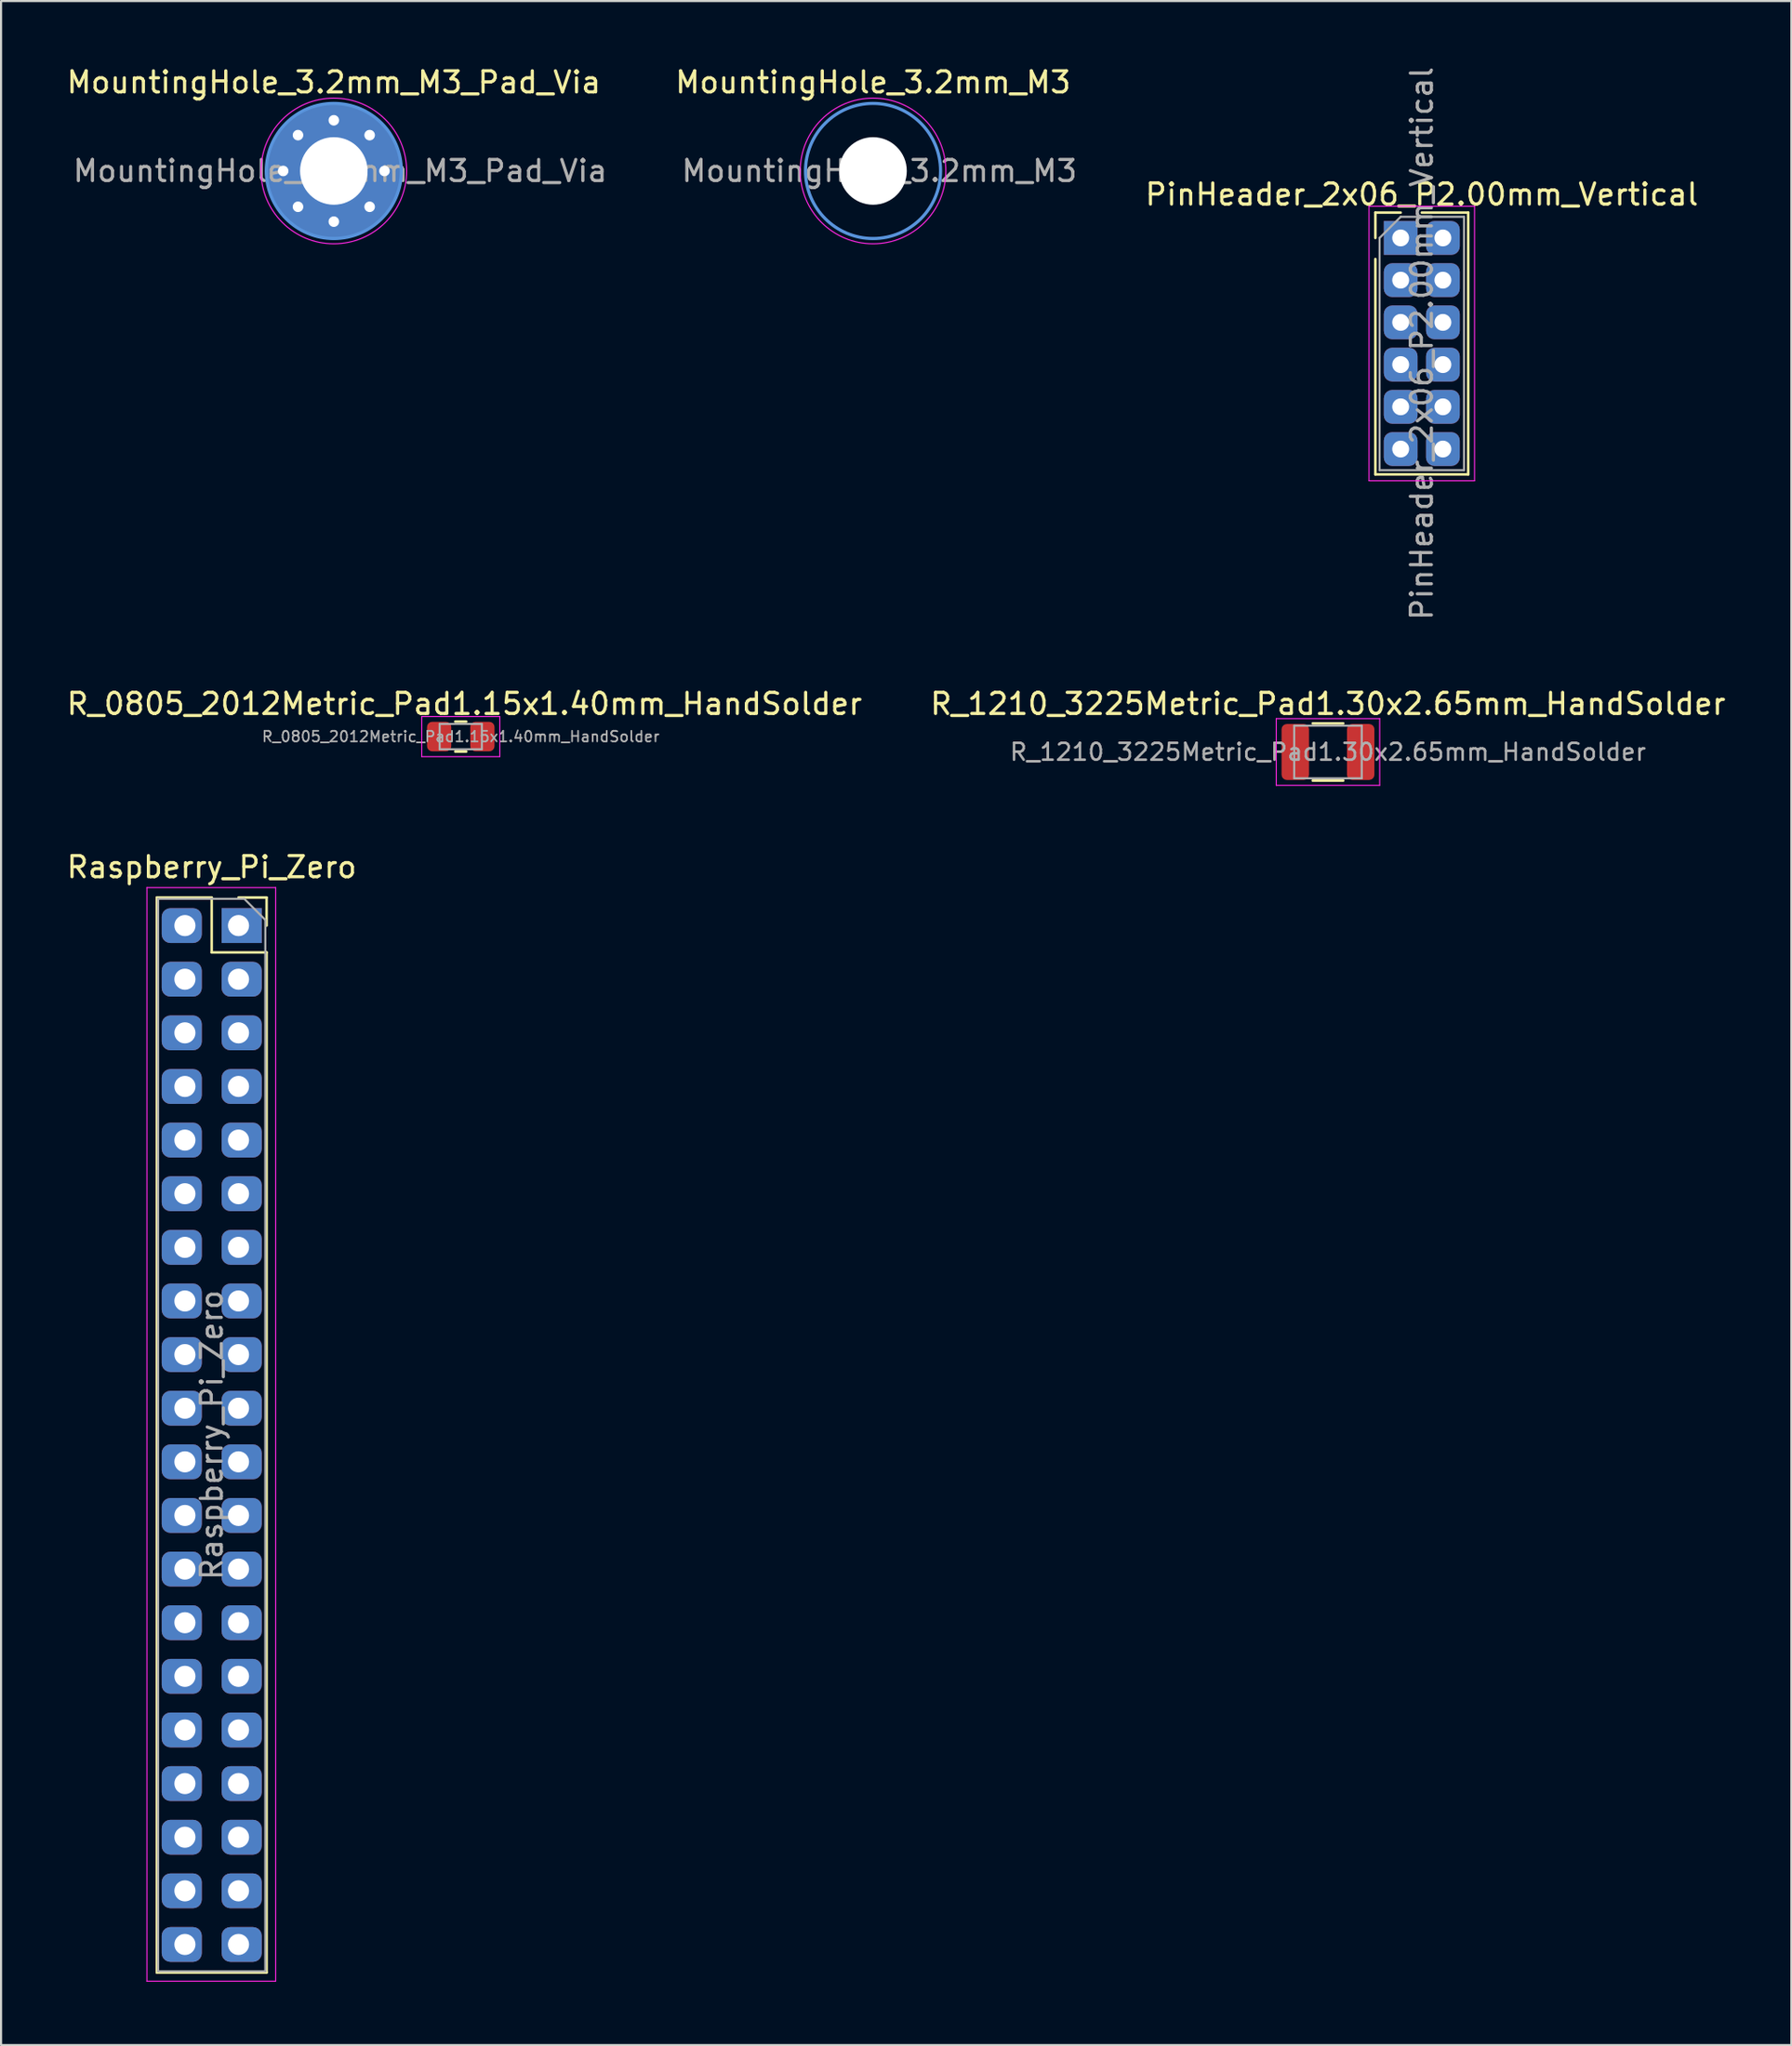
<source format=kicad_pcb>
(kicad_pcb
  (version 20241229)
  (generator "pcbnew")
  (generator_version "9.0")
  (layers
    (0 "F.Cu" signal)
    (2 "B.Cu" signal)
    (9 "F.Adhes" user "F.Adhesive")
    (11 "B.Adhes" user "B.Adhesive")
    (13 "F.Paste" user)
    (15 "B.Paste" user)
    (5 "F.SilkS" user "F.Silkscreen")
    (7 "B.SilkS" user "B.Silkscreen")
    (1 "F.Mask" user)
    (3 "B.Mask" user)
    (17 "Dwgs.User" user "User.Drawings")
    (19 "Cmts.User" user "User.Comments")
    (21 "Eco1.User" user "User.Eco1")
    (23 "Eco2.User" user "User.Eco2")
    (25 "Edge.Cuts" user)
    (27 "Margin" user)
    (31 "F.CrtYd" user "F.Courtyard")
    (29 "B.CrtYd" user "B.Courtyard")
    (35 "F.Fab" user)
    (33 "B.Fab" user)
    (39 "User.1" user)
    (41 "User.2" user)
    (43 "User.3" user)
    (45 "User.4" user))
  (footprint "Raspberry_Pi_Zero"
    (layer "F.Cu")
    (at 8.252 40.792)
    (property "Reference" "Raspberry_Pi_Zero" (at -1.27 -2.77 0) (layer "F.SilkS") (effects (font (size 1 1) (thickness 0.15))))
    (attr through_hole)
    (fp_line (start -3.87 -1.33) (end -3.87 49.59) (stroke (width 0.12) (type solid)) (layer "F.SilkS"))
    (fp_line (start -3.87 -1.33) (end -1.27 -1.33) (stroke (width 0.12) (type solid)) (layer "F.SilkS"))
    (fp_line (start -3.87 49.59) (end 1.33 49.59) (stroke (width 0.12) (type solid)) (layer "F.SilkS"))
    (fp_line (start -1.27 -1.33) (end -1.27 1.27) (stroke (width 0.12) (type solid)) (layer "F.SilkS"))
    (fp_line (start -1.27 1.27) (end 1.33 1.27) (stroke (width 0.12) (type solid)) (layer "F.SilkS"))
    (fp_line (start 0 -1.33) (end 1.33 -1.33) (stroke (width 0.12) (type solid)) (layer "F.SilkS"))
    (fp_line (start 1.33 -1.33) (end 1.33 0) (stroke (width 0.12) (type solid)) (layer "F.SilkS"))
    (fp_line (start 1.33 1.27) (end 1.33 49.59) (stroke (width 0.12) (type solid)) (layer "F.SilkS"))
    (fp_line (start -4.34 -1.8) (end 1.76 -1.8) (stroke (width 0.05) (type solid)) (layer "F.CrtYd"))
    (fp_line (start -4.34 50) (end -4.34 -1.8) (stroke (width 0.05) (type solid)) (layer "F.CrtYd"))
    (fp_line (start 1.76 -1.8) (end 1.76 50) (stroke (width 0.05) (type solid)) (layer "F.CrtYd"))
    (fp_line (start 1.76 50) (end -4.34 50) (stroke (width 0.05) (type solid)) (layer "F.CrtYd"))
    (fp_line (start -3.81 -1.27) (end 0.27 -1.27) (stroke (width 0.1) (type solid)) (layer "F.Fab"))
    (fp_line (start -3.81 49.53) (end -3.81 -1.27) (stroke (width 0.1) (type solid)) (layer "F.Fab"))
    (fp_line (start 0.27 -1.27) (end 1.27 -0.27) (stroke (width 0.1) (type solid)) (layer "F.Fab"))
    (fp_line (start 1.27 -0.27) (end 1.27 49.53) (stroke (width 0.1) (type solid)) (layer "F.Fab"))
    (fp_line (start 1.27 49.53) (end -3.81 49.53) (stroke (width 0.1) (type solid)) (layer "F.Fab"))
    (fp_text user "${REFERENCE}" (at -1.27 24.13 90) (layer "F.Fab") (effects (font (size 1 1) (thickness 0.15))))
    (pad "1" thru_hole rect (at 0 0) (size 1.9 1.65) (drill 1 (offset 0.15 0)) (layers "*.Cu" "*.Mask"))
    (pad "2" thru_hole roundrect (at -2.54 0) (size 1.9 1.65) (drill 1 (offset -0.15 0)) (layers "*.Cu" "*.Mask") (roundrect_rratio 0.25))
    (pad "3" thru_hole roundrect (at 0 2.54) (size 1.9 1.65) (drill 1 (offset 0.15 0)) (layers "*.Cu" "*.Mask") (roundrect_rratio 0.25))
    (pad "4" thru_hole roundrect (at -2.54 2.54) (size 1.9 1.65) (drill 1 (offset -0.15 0)) (layers "*.Cu" "*.Mask") (roundrect_rratio 0.25))
    (pad "5" thru_hole roundrect (at 0 5.08) (size 1.9 1.65) (drill 1 (offset 0.15 0)) (layers "*.Cu" "*.Mask") (roundrect_rratio 0.25))
    (pad "6" thru_hole roundrect (at -2.54 5.08) (size 1.9 1.65) (drill 1 (offset -0.15 0)) (layers "*.Cu" "*.Mask") (roundrect_rratio 0.25))
    (pad "7" thru_hole roundrect (at 0 7.62) (size 1.9 1.65) (drill 1 (offset 0.15 0)) (layers "*.Cu" "*.Mask") (roundrect_rratio 0.25))
    (pad "8" thru_hole roundrect (at -2.54 7.62) (size 1.9 1.65) (drill 1 (offset -0.15 0)) (layers "*.Cu" "*.Mask") (roundrect_rratio 0.25))
    (pad "9" thru_hole roundrect (at 0 10.16) (size 1.9 1.65) (drill 1 (offset 0.15 0)) (layers "*.Cu" "*.Mask") (roundrect_rratio 0.25))
    (pad "10" thru_hole roundrect (at -2.54 10.16) (size 1.9 1.65) (drill 1 (offset -0.15 0)) (layers "*.Cu" "*.Mask") (roundrect_rratio 0.25))
    (pad "11" thru_hole roundrect (at 0 12.7) (size 1.9 1.65) (drill 1 (offset 0.15 0)) (layers "*.Cu" "*.Mask") (roundrect_rratio 0.25))
    (pad "12" thru_hole roundrect (at -2.54 12.7) (size 1.9 1.65) (drill 1 (offset -0.15 0)) (layers "*.Cu" "*.Mask") (roundrect_rratio 0.25))
    (pad "13" thru_hole roundrect (at 0 15.24) (size 1.9 1.65) (drill 1 (offset 0.15 0)) (layers "*.Cu" "*.Mask") (roundrect_rratio 0.25))
    (pad "14" thru_hole roundrect (at -2.54 15.24) (size 1.9 1.65) (drill 1 (offset -0.15 0)) (layers "*.Cu" "*.Mask") (roundrect_rratio 0.25))
    (pad "15" thru_hole roundrect (at 0 17.78) (size 1.9 1.65) (drill 1 (offset 0.15 0)) (layers "*.Cu" "*.Mask") (roundrect_rratio 0.25))
    (pad "16" thru_hole roundrect (at -2.54 17.78) (size 1.9 1.65) (drill 1 (offset -0.15 0)) (layers "*.Cu" "*.Mask") (roundrect_rratio 0.25))
    (pad "17" thru_hole roundrect (at 0 20.32) (size 1.9 1.65) (drill 1 (offset 0.15 0)) (layers "*.Cu" "*.Mask") (roundrect_rratio 0.25))
    (pad "18" thru_hole roundrect (at -2.54 20.32) (size 1.9 1.65) (drill 1 (offset -0.15 0)) (layers "*.Cu" "*.Mask") (roundrect_rratio 0.25))
    (pad "19" thru_hole roundrect (at 0 22.86) (size 1.9 1.65) (drill 1 (offset 0.15 0)) (layers "*.Cu" "*.Mask") (roundrect_rratio 0.25))
    (pad "20" thru_hole roundrect (at -2.54 22.86) (size 1.9 1.65) (drill 1 (offset -0.15 0)) (layers "*.Cu" "*.Mask") (roundrect_rratio 0.25))
    (pad "21" thru_hole roundrect (at 0 25.4) (size 1.9 1.65) (drill 1 (offset 0.15 0)) (layers "*.Cu" "*.Mask") (roundrect_rratio 0.25))
    (pad "22" thru_hole roundrect (at -2.54 25.4) (size 1.9 1.65) (drill 1 (offset -0.15 0)) (layers "*.Cu" "*.Mask") (roundrect_rratio 0.25))
    (pad "23" thru_hole roundrect (at 0 27.94) (size 1.9 1.65) (drill 1 (offset 0.15 0)) (layers "*.Cu" "*.Mask") (roundrect_rratio 0.25))
    (pad "24" thru_hole roundrect (at -2.54 27.94) (size 1.9 1.65) (drill 1 (offset -0.15 0)) (layers "*.Cu" "*.Mask") (roundrect_rratio 0.25))
    (pad "25" thru_hole roundrect (at 0 30.48) (size 1.9 1.65) (drill 1 (offset 0.15 0)) (layers "*.Cu" "*.Mask") (roundrect_rratio 0.25))
    (pad "26" thru_hole roundrect (at -2.54 30.48) (size 1.9 1.65) (drill 1 (offset -0.15 0)) (layers "*.Cu" "*.Mask") (roundrect_rratio 0.25))
    (pad "27" thru_hole roundrect (at 0 33.02) (size 1.9 1.65) (drill 1 (offset 0.15 0)) (layers "*.Cu" "*.Mask") (roundrect_rratio 0.25))
    (pad "28" thru_hole roundrect (at -2.54 33.02) (size 1.9 1.65) (drill 1 (offset -0.15 0)) (layers "*.Cu" "*.Mask") (roundrect_rratio 0.25))
    (pad "29" thru_hole roundrect (at 0 35.56) (size 1.9 1.65) (drill 1 (offset 0.15 0)) (layers "*.Cu" "*.Mask") (roundrect_rratio 0.25))
    (pad "30" thru_hole roundrect (at -2.54 35.56) (size 1.9 1.65) (drill 1 (offset -0.15 0)) (layers "*.Cu" "*.Mask") (roundrect_rratio 0.25))
    (pad "31" thru_hole roundrect (at 0 38.1) (size 1.9 1.65) (drill 1 (offset 0.15 0)) (layers "*.Cu" "*.Mask") (roundrect_rratio 0.25))
    (pad "32" thru_hole roundrect (at -2.54 38.1) (size 1.9 1.65) (drill 1 (offset -0.15 0)) (layers "*.Cu" "*.Mask") (roundrect_rratio 0.25))
    (pad "33" thru_hole roundrect (at 0 40.64) (size 1.9 1.65) (drill 1 (offset 0.15 0)) (layers "*.Cu" "*.Mask") (roundrect_rratio 0.25))
    (pad "34" thru_hole roundrect (at -2.54 40.64) (size 1.9 1.65) (drill 1 (offset -0.15 0)) (layers "*.Cu" "*.Mask") (roundrect_rratio 0.25))
    (pad "35" thru_hole roundrect (at 0 43.18) (size 1.9 1.65) (drill 1 (offset 0.15 0)) (layers "*.Cu" "*.Mask") (roundrect_rratio 0.25))
    (pad "36" thru_hole roundrect (at -2.54 43.18) (size 1.9 1.65) (drill 1 (offset -0.15 0)) (layers "*.Cu" "*.Mask") (roundrect_rratio 0.25))
    (pad "37" thru_hole roundrect (at 0 45.72) (size 1.9 1.65) (drill 1 (offset 0.15 0)) (layers "*.Cu" "*.Mask") (roundrect_rratio 0.25))
    (pad "38" thru_hole roundrect (at -2.54 45.72) (size 1.9 1.65) (drill 1 (offset -0.15 0)) (layers "*.Cu" "*.Mask") (roundrect_rratio 0.25))
    (pad "39" thru_hole roundrect (at 0 48.26) (size 1.9 1.65) (drill 1 (offset 0.15 0)) (layers "*.Cu" "*.Mask") (roundrect_rratio 0.25))
    (pad "40" thru_hole roundrect (at -2.54 48.26) (size 1.9 1.65) (drill 1 (offset -0.15 0)) (layers "*.Cu" "*.Mask") (roundrect_rratio 0.25)))
  (footprint "MountingHole_3.2mm_M3_Pad_Via"
    (layer "F.Cu")
    (at 12.768 5.048)
    (property "Reference" "MountingHole_3.2mm_M3_Pad_Via" (at 0 -4.2 0) (layer "F.SilkS") (effects (font (size 1 1) (thickness 0.15))))
    (attr exclude_from_pos_files exclude_from_bom)
    (fp_circle (center 0 0) (end 3.2 0) (stroke (width 0.15) (type solid)) (fill no) (layer "Cmts.User"))
    (fp_circle (center 0 0) (end 3.45 0) (stroke (width 0.05) (type solid)) (fill no) (layer "F.CrtYd"))
    (fp_text user "${REFERENCE}" (at 0.3 0 0) (layer "F.Fab") (effects (font (size 1 1) (thickness 0.15))))
    (pad "1" thru_hole circle (at -2.4 0) (size 0.8 0.8) (drill 0.5) (layers "*.Cu" "*.Mask"))
    (pad "1" thru_hole circle (at -1.697 -1.697) (size 0.8 0.8) (drill 0.5) (layers "*.Cu" "*.Mask"))
    (pad "1" thru_hole circle (at -1.697 1.697) (size 0.8 0.8) (drill 0.5) (layers "*.Cu" "*.Mask"))
    (pad "1" thru_hole circle (at 0 -2.4) (size 0.8 0.8) (drill 0.5) (layers "*.Cu" "*.Mask"))
    (pad "1" thru_hole circle (at 0 0) (size 6.4 6.4) (drill 3.2) (layers "*.Cu" "*.Mask"))
    (pad "1" thru_hole circle (at 0 2.4) (size 0.8 0.8) (drill 0.5) (layers "*.Cu" "*.Mask"))
    (pad "1" thru_hole circle (at 1.697 -1.697) (size 0.8 0.8) (drill 0.5) (layers "*.Cu" "*.Mask"))
    (pad "1" thru_hole circle (at 1.697 1.697) (size 0.8 0.8) (drill 0.5) (layers "*.Cu" "*.Mask"))
    (pad "1" thru_hole circle (at 2.4 0) (size 0.8 0.8) (drill 0.5) (layers "*.Cu" "*.Mask")))
  (footprint "R_1210_3225Metric_Pad1.30x2.65mm_HandSolder"
    (layer "F.Cu")
    (at 59.875 32.569)
    (property "Reference" "R_1210_3225Metric_Pad1.30x2.65mm_HandSolder" (at 0 -2.28 0) (layer "F.SilkS") (effects (font (size 1 1) (thickness 0.15))))
    (attr smd)
    (fp_line (start -0.724 -1.355) (end 0.724 -1.355) (stroke (width 0.12) (type solid)) (layer "F.SilkS"))
    (fp_line (start -0.724 1.355) (end 0.724 1.355) (stroke (width 0.12) (type solid)) (layer "F.SilkS"))
    (fp_line (start -2.45 -1.58) (end 2.45 -1.58) (stroke (width 0.05) (type solid)) (layer "F.CrtYd"))
    (fp_line (start -2.45 1.58) (end -2.45 -1.58) (stroke (width 0.05) (type solid)) (layer "F.CrtYd"))
    (fp_line (start 2.45 -1.58) (end 2.45 1.58) (stroke (width 0.05) (type solid)) (layer "F.CrtYd"))
    (fp_line (start 2.45 1.58) (end -2.45 1.58) (stroke (width 0.05) (type solid)) (layer "F.CrtYd"))
    (fp_line (start -1.6 -1.245) (end 1.6 -1.245) (stroke (width 0.1) (type solid)) (layer "F.Fab"))
    (fp_line (start -1.6 1.245) (end -1.6 -1.245) (stroke (width 0.1) (type solid)) (layer "F.Fab"))
    (fp_line (start 1.6 -1.245) (end 1.6 1.245) (stroke (width 0.1) (type solid)) (layer "F.Fab"))
    (fp_line (start 1.6 1.245) (end -1.6 1.245) (stroke (width 0.1) (type solid)) (layer "F.Fab"))
    (fp_text user "${REFERENCE}" (at 0 0 0) (layer "F.Fab") (effects (font (size 0.8 0.8) (thickness 0.12))))
    (pad "1" smd roundrect (at -1.55 0) (size 1.3 2.65) (layers "F.Cu" "F.Mask" "F.Paste") (roundrect_rratio 0.192))
    (pad "2" smd roundrect (at 1.55 0) (size 1.3 2.65) (layers "F.Cu" "F.Mask" "F.Paste") (roundrect_rratio 0.192)))
  (footprint "PinHeader_2x06_P2.00mm_Vertical"
    (layer "F.Cu")
    (at 63.32 8.22)
    (property "Reference" "PinHeader_2x06_P2.00mm_Vertical" (at 1 -2.06 0) (layer "F.SilkS") (effects (font (size 1 1) (thickness 0.15))))
    (attr through_hole)
    (fp_line (start -1.2 -1.2) (end 0 -1.2) (stroke (width 0.12) (type solid)) (layer "F.SilkS"))
    (fp_line (start -1.2 0) (end -1.2 -1.2) (stroke (width 0.12) (type solid)) (layer "F.SilkS"))
    (fp_line (start -1.2 1) (end -1.2 11.2) (stroke (width 0.12) (type solid)) (layer "F.SilkS"))
    (fp_line (start -1.2 11.2) (end 3.2 11.2) (stroke (width 0.12) (type solid)) (layer "F.SilkS"))
    (fp_line (start 1 -1.2) (end 3.2 -1.2) (stroke (width 0.12) (type solid)) (layer "F.SilkS"))
    (fp_line (start 3.2 -1.2) (end 3.2 11.2) (stroke (width 0.12) (type solid)) (layer "F.SilkS"))
    (fp_line (start -1.5 -1.5) (end -1.5 11.5) (stroke (width 0.05) (type solid)) (layer "F.CrtYd"))
    (fp_line (start -1.5 11.5) (end 3.5 11.5) (stroke (width 0.05) (type solid)) (layer "F.CrtYd"))
    (fp_line (start 3.5 -1.5) (end -1.5 -1.5) (stroke (width 0.05) (type solid)) (layer "F.CrtYd"))
    (fp_line (start 3.5 11.5) (end 3.5 -1.5) (stroke (width 0.05) (type solid)) (layer "F.CrtYd"))
    (fp_line (start -1 0) (end 0 -1) (stroke (width 0.1) (type solid)) (layer "F.Fab"))
    (fp_line (start -1 11) (end -1 0) (stroke (width 0.1) (type solid)) (layer "F.Fab"))
    (fp_line (start 0 -1) (end 3 -1) (stroke (width 0.1) (type solid)) (layer "F.Fab"))
    (fp_line (start 3 -1) (end 3 11) (stroke (width 0.1) (type solid)) (layer "F.Fab"))
    (fp_line (start 3 11) (end -1 11) (stroke (width 0.1) (type solid)) (layer "F.Fab"))
    (fp_text user "${REFERENCE}" (at 1 5 90) (layer "F.Fab") (effects (font (size 1 1) (thickness 0.15))))
    (pad "1" thru_hole rect (at 0 0) (size 1.6 1.6) (drill 0.8) (layers "*.Cu" "*.Mask"))
    (pad "2" thru_hole roundrect (at 2 0) (size 1.6 1.6) (drill 0.8) (layers "*.Cu" "*.Mask") (roundrect_rratio 0.25))
    (pad "3" thru_hole roundrect (at 0 2) (size 1.6 1.6) (drill 0.8) (layers "*.Cu" "*.Mask") (roundrect_rratio 0.25))
    (pad "4" thru_hole roundrect (at 2 2) (size 1.6 1.6) (drill 0.8) (layers "*.Cu" "*.Mask") (roundrect_rratio 0.25))
    (pad "5" thru_hole roundrect (at 0 4) (size 1.6 1.6) (drill 0.8) (layers "*.Cu" "*.Mask") (roundrect_rratio 0.25))
    (pad "6" thru_hole roundrect (at 2 4) (size 1.6 1.6) (drill 0.8) (layers "*.Cu" "*.Mask") (roundrect_rratio 0.25))
    (pad "7" thru_hole roundrect (at 0 6) (size 1.6 1.6) (drill 0.8) (layers "*.Cu" "*.Mask") (roundrect_rratio 0.25))
    (pad "8" thru_hole roundrect (at 2 6) (size 1.6 1.6) (drill 0.8) (layers "*.Cu" "*.Mask") (roundrect_rratio 0.25))
    (pad "9" thru_hole roundrect (at 0 8) (size 1.6 1.6) (drill 0.8) (layers "*.Cu" "*.Mask") (roundrect_rratio 0.25))
    (pad "10" thru_hole roundrect (at 2 8) (size 1.6 1.6) (drill 0.8) (layers "*.Cu" "*.Mask") (roundrect_rratio 0.25))
    (pad "11" thru_hole roundrect (at 0 10) (size 1.6 1.6) (drill 0.8) (layers "*.Cu" "*.Mask") (roundrect_rratio 0.25))
    (pad "12" thru_hole roundrect (at 2 10) (size 1.6 1.6) (drill 0.8) (layers "*.Cu" "*.Mask") (roundrect_rratio 0.25)))
  (footprint "MountingHole_3.2mm_M3"
    (layer "F.Cu")
    (at 38.318 5.048)
    (property "Reference" "MountingHole_3.2mm_M3" (at 0 -4.2 0) (layer "F.SilkS") (effects (font (size 1 1) (thickness 0.15))))
    (attr exclude_from_pos_files exclude_from_bom)
    (fp_circle (center 0 0) (end 3.2 0) (stroke (width 0.15) (type solid)) (fill no) (layer "Cmts.User"))
    (fp_circle (center 0 0) (end 3.45 0) (stroke (width 0.05) (type solid)) (fill no) (layer "F.CrtYd"))
    (fp_text user "${REFERENCE}" (at 0.3 0 0) (layer "F.Fab") (effects (font (size 1 1) (thickness 0.15))))
    (pad "" np_thru_hole circle (at 0 0) (size 3.2 3.2) (drill 3.2) (layers "*.Cu" "*.Mask")))
  (footprint "R_0805_2012Metric_Pad1.15x1.40mm_HandSolder"
    (layer "F.Cu")
    (at 18.783 31.839)
    (property "Reference" "R_0805_2012Metric_Pad1.15x1.40mm_HandSolder" (at 0.175 -1.55 0) (layer "F.SilkS") (effects (font (size 1 1) (thickness 0.15))))
    (attr smd)
    (fp_line (start -0.261 -0.71) (end 0.261 -0.71) (stroke (width 0.12) (type solid)) (layer "F.SilkS"))
    (fp_line (start -0.261 0.71) (end 0.261 0.71) (stroke (width 0.12) (type solid)) (layer "F.SilkS"))
    (fp_line (start -1.85 -0.95) (end 1.85 -0.95) (stroke (width 0.05) (type solid)) (layer "F.CrtYd"))
    (fp_line (start -1.85 0.95) (end -1.85 -0.95) (stroke (width 0.05) (type solid)) (layer "F.CrtYd"))
    (fp_line (start 1.85 -0.95) (end 1.85 0.95) (stroke (width 0.05) (type solid)) (layer "F.CrtYd"))
    (fp_line (start 1.85 0.95) (end -1.85 0.95) (stroke (width 0.05) (type solid)) (layer "F.CrtYd"))
    (fp_line (start -1 -0.6) (end 1 -0.6) (stroke (width 0.1) (type solid)) (layer "F.Fab"))
    (fp_line (start -1 0.6) (end -1 -0.6) (stroke (width 0.1) (type solid)) (layer "F.Fab"))
    (fp_line (start 1 -0.6) (end 1 0.6) (stroke (width 0.1) (type solid)) (layer "F.Fab"))
    (fp_line (start 1 0.6) (end -1 0.6) (stroke (width 0.1) (type solid)) (layer "F.Fab"))
    (fp_text user "${REFERENCE}" (at 0 0 0) (layer "F.Fab") (effects (font (size 0.5 0.5) (thickness 0.08))))
    (pad "1" smd roundrect (at -1.025 0) (size 1.15 1.4) (layers "F.Cu" "F.Mask" "F.Paste") (roundrect_rratio 0.217))
    (pad "2" smd roundrect (at 1.025 0) (size 1.15 1.4) (layers "F.Cu" "F.Mask" "F.Paste") (roundrect_rratio 0.217)))
  (gr_rect
    (start -3 -3)
    (end 81.833 93.817)
    (stroke (width 0.1) (type default))
    (fill no)
    (layer "Edge.Cuts")))
</source>
